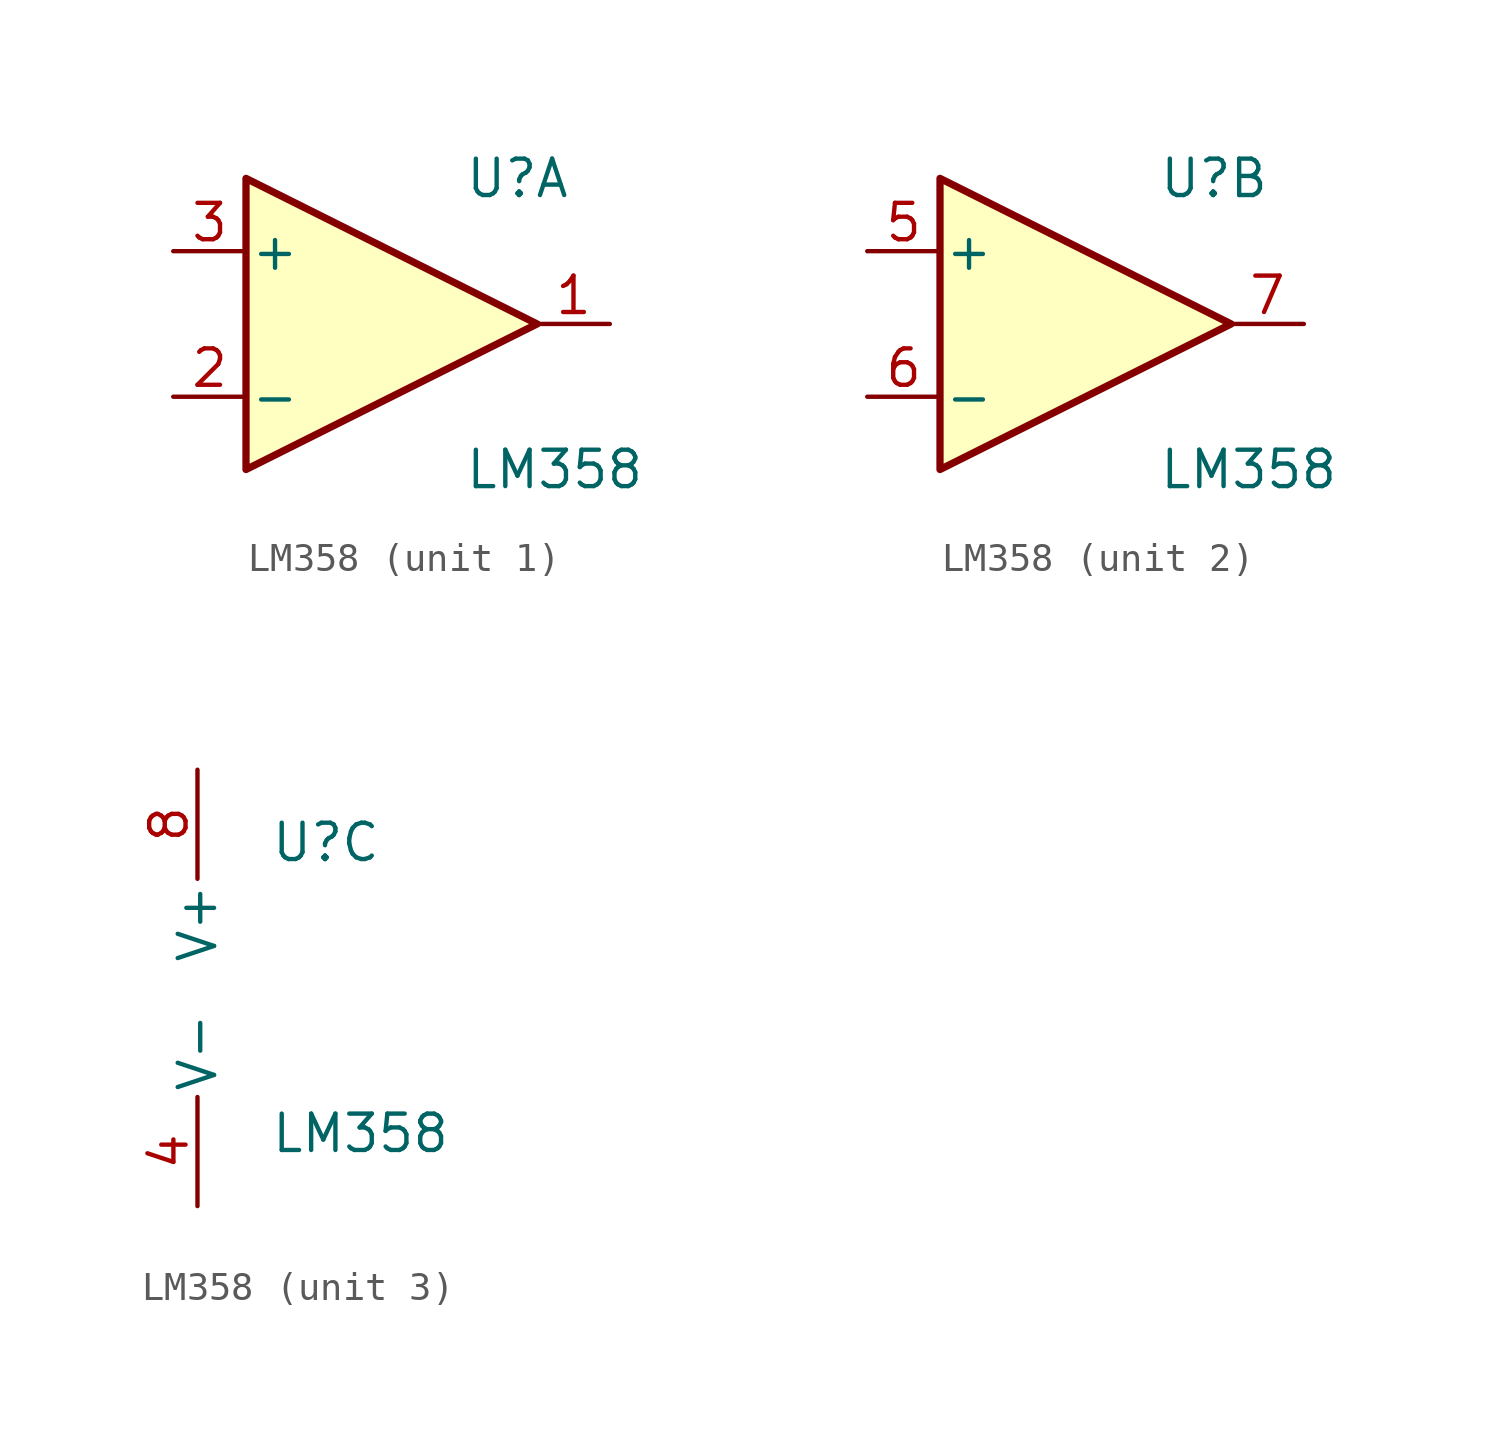
<source format=kicad_sym>
(kicad_symbol_lib
  (version 20231120)
  (generator "kicad_symbol_editor")
  (generator_version "8.0")
  (symbol "LM358"
    (pin_names
      (offset 0.127))
    (property "Reference" "U"
      (at 2.54 5.08 0)
      (effects (font (size 1.27 1.27)) (justify left)))
    (property "Value" "LM358"
      (at 2.54 -5.08 0)
      (effects (font (size 1.27 1.27)) (justify left)))
    (property "ki_locked" ""
      (at 0 0 0)
      (effects (font (size 1.27 1.27))))
    (symbol "LM358_1_1"
      (polyline (pts (xy -5.08 5.08) (xy 5.08 0) (xy -5.08 -5.08) (xy -5.08 5.08)) (stroke (width 0.254) (type default)) (fill (type background)))
      (pin output line (at 7.62 0 180) (length 2.54) (name "~" (effects (font (size 1.27 1.27)))) (number "1" (effects (font (size 1.27 1.27)))))
      (pin input line (at -7.62 -2.54 0) (length 2.54) (name "-" (effects (font (size 1.27 1.27)))) (number "2" (effects (font (size 1.27 1.27)))))
      (pin input line (at -7.62 2.54 0) (length 2.54) (name "+" (effects (font (size 1.27 1.27)))) (number "3" (effects (font (size 1.27 1.27))))))
    (symbol "LM358_2_1"
      (polyline (pts (xy -5.08 5.08) (xy 5.08 0) (xy -5.08 -5.08) (xy -5.08 5.08)) (stroke (width 0.254) (type default)) (fill (type background)))
      (pin input line (at -7.62 2.54 0) (length 2.54) (name "+" (effects (font (size 1.27 1.27)))) (number "5" (effects (font (size 1.27 1.27)))))
      (pin input line (at -7.62 -2.54 0) (length 2.54) (name "-" (effects (font (size 1.27 1.27)))) (number "6" (effects (font (size 1.27 1.27)))))
      (pin output line (at 7.62 0 180) (length 2.54) (name "~" (effects (font (size 1.27 1.27)))) (number "7" (effects (font (size 1.27 1.27))))))
    (symbol "LM358_3_1"
      (pin power_in line (at 0 -7.62 90) (length 3.81) (name "V-" (effects (font (size 1.27 1.27)))) (number "4" (effects (font (size 1.27 1.27)))))
      (pin power_in line (at 0 7.62 270) (length 3.81) (name "V+" (effects (font (size 1.27 1.27)))) (number "8" (effects (font (size 1.27 1.27))))))))
</source>
